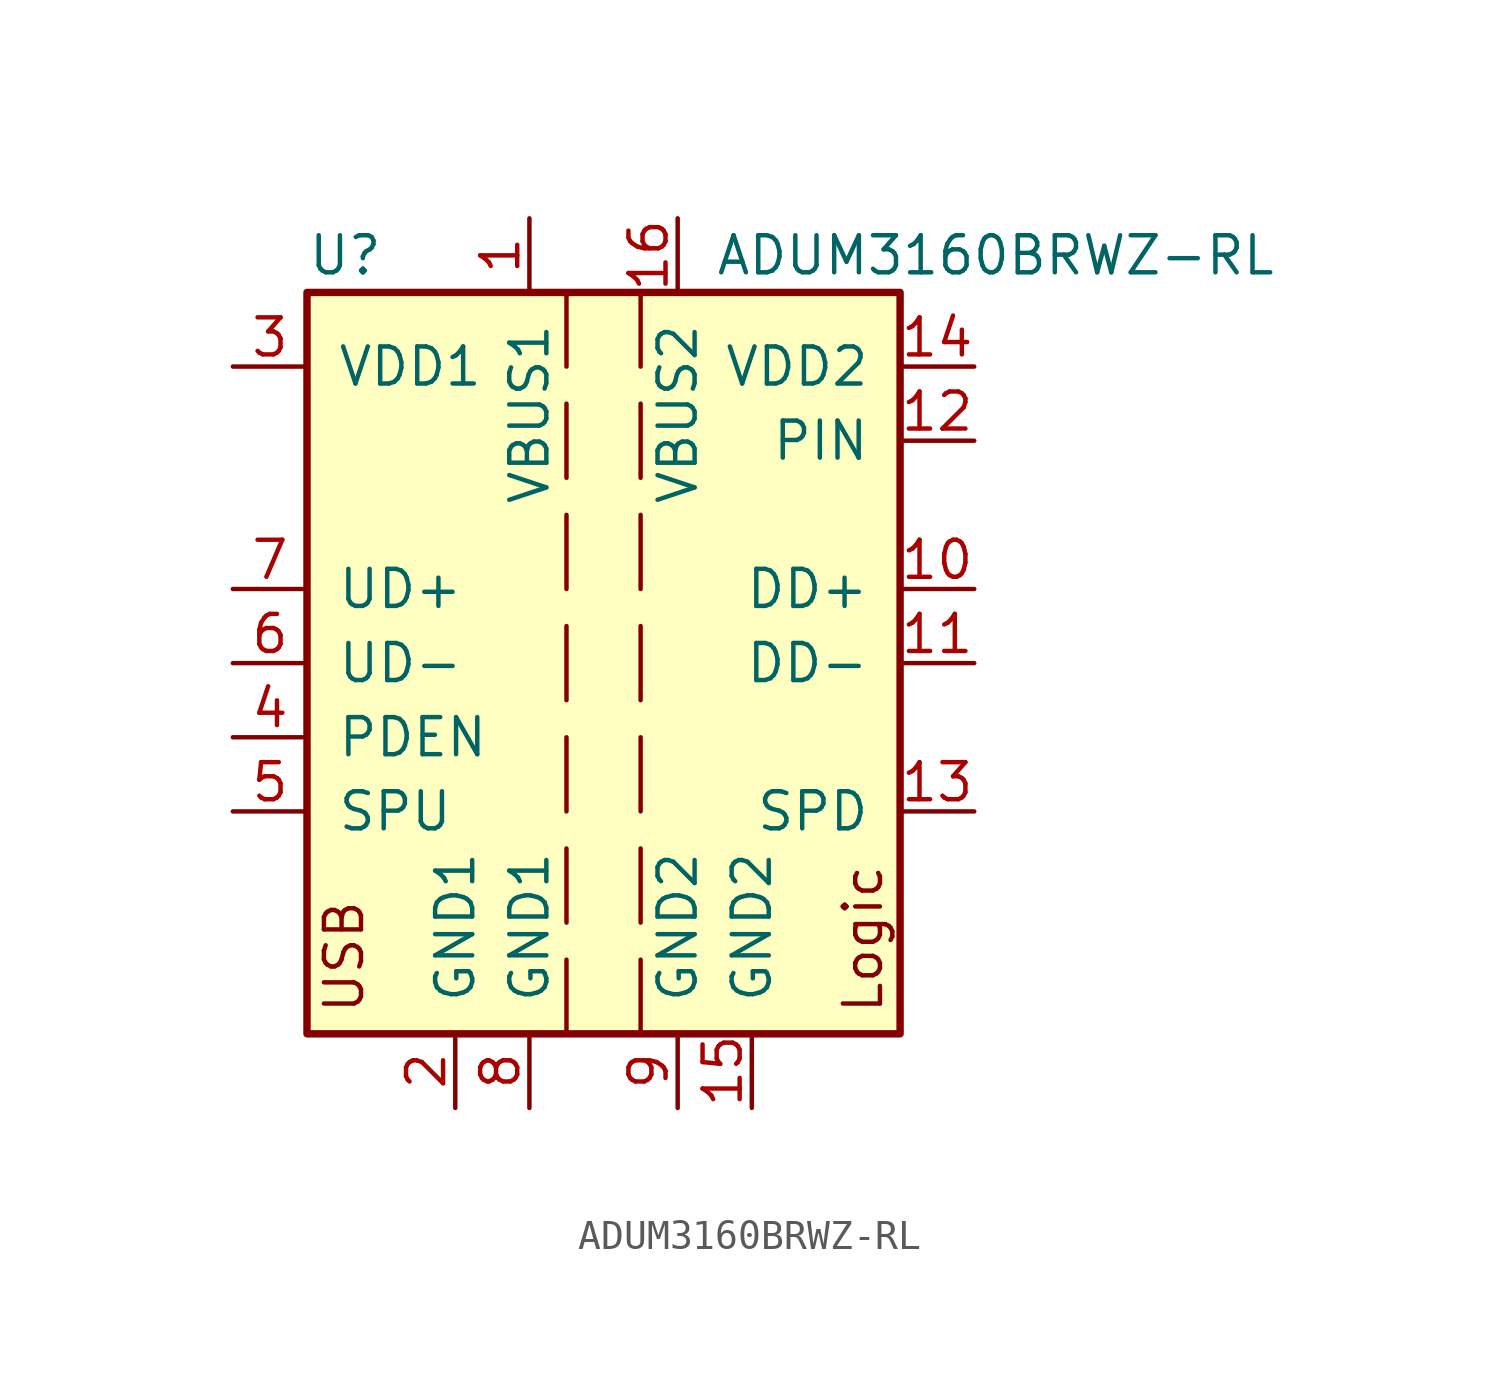
<source format=kicad_sym>
(kicad_symbol_lib
  (version 20241209)
  (generator "kicad_symbol_editor")
  (generator_version "9.0")
  (symbol "ADUM3160BRWZ-RL"
    (pin_names
      (offset 1.016))
    (property "Reference" "U"
      (at -10.16 13.97 0)
      (effects (font (size 1.27 1.27)) (justify left)))
    (property "Value" "ADUM3160BRWZ-RL"
      (at 3.81 13.97 0)
      (effects (font (size 1.27 1.27)) (justify left)))
    (symbol "ADUM3160BRWZ-RL_0_0"
      (text "Logic" (at 8.89 -12.065 900) (effects (font (size 1.27 1.27)) (justify left))))
    (symbol "ADUM3160BRWZ-RL_0_1"
      (rectangle (start -10.16 12.7) (end 10.16 -12.7) (stroke (width 0.254) (type default)) (fill (type background)))
      (polyline (pts (xy -1.27 12.7) (xy -1.27 10.16)) (stroke (width 0) (type default)) (fill (type none)))
      (polyline (pts (xy -1.27 8.89) (xy -1.27 6.35)) (stroke (width 0) (type default)) (fill (type none)))
      (polyline (pts (xy -1.27 5.08) (xy -1.27 2.54)) (stroke (width 0) (type default)) (fill (type none)))
      (polyline (pts (xy -1.27 1.27) (xy -1.27 -1.27)) (stroke (width 0) (type default)) (fill (type none)))
      (polyline (pts (xy -1.27 -2.54) (xy -1.27 -5.08)) (stroke (width 0) (type default)) (fill (type none)))
      (polyline (pts (xy -1.27 -6.35) (xy -1.27 -8.89)) (stroke (width 0) (type default)) (fill (type none)))
      (polyline (pts (xy -1.27 -10.16) (xy -1.27 -12.7)) (stroke (width 0) (type default)) (fill (type none)))
      (polyline (pts (xy 1.27 12.7) (xy 1.27 10.16)) (stroke (width 0) (type default)) (fill (type none)))
      (polyline (pts (xy 1.27 8.89) (xy 1.27 6.35)) (stroke (width 0) (type default)) (fill (type none)))
      (polyline (pts (xy 1.27 5.08) (xy 1.27 2.54)) (stroke (width 0) (type default)) (fill (type none)))
      (polyline (pts (xy 1.27 1.27) (xy 1.27 -1.27)) (stroke (width 0) (type default)) (fill (type none)))
      (polyline (pts (xy 1.27 -2.54) (xy 1.27 -5.08)) (stroke (width 0) (type default)) (fill (type none)))
      (polyline (pts (xy 1.27 -6.35) (xy 1.27 -8.89)) (stroke (width 0) (type default)) (fill (type none)))
      (polyline (pts (xy 1.27 -10.16) (xy 1.27 -12.7)) (stroke (width 0) (type default)) (fill (type none))))
    (symbol "ADUM3160BRWZ-RL_1_0"
      (text "USB" (at -8.89 -12.065 900) (effects (font (size 1.27 1.27)) (justify left))))
    (symbol "ADUM3160BRWZ-RL_1_1"
      (pin power_in line (at -12.7 10.16 0) (length 2.54) (name "VDD1" (effects (font (size 1.27 1.27)))) (number "3" (effects (font (size 1.27 1.27)))))
      (pin bidirectional line (at -12.7 2.54 0) (length 2.54) (name "UD+" (effects (font (size 1.27 1.27)))) (number "7" (effects (font (size 1.27 1.27)))))
      (pin bidirectional line (at -12.7 0 0) (length 2.54) (name "UD-" (effects (font (size 1.27 1.27)))) (number "6" (effects (font (size 1.27 1.27)))))
      (pin input line (at -12.7 -2.54 0) (length 2.54) (name "PDEN" (effects (font (size 1.27 1.27)))) (number "4" (effects (font (size 1.27 1.27)))))
      (pin input line (at -12.7 -5.08 0) (length 2.54) (name "SPU" (effects (font (size 1.27 1.27)))) (number "5" (effects (font (size 1.27 1.27)))))
      (pin power_in line (at -5.08 -15.24 90) (length 2.54) (name "GND1" (effects (font (size 1.27 1.27)))) (number "2" (effects (font (size 1.27 1.27)))))
      (pin power_in line (at -2.54 15.24 270) (length 2.54) (name "VBUS1" (effects (font (size 1.27 1.27)))) (number "1" (effects (font (size 1.27 1.27)))))
      (pin power_in line (at -2.54 -15.24 90) (length 2.54) (name "GND1" (effects (font (size 1.27 1.27)))) (number "8" (effects (font (size 1.27 1.27)))))
      (pin power_in line (at 2.54 15.24 270) (length 2.54) (name "VBUS2" (effects (font (size 1.27 1.27)))) (number "16" (effects (font (size 1.27 1.27)))))
      (pin power_in line (at 2.54 -15.24 90) (length 2.54) (name "GND2" (effects (font (size 1.27 1.27)))) (number "9" (effects (font (size 1.27 1.27)))))
      (pin power_in line (at 5.08 -15.24 90) (length 2.54) (name "GND2" (effects (font (size 1.27 1.27)))) (number "15" (effects (font (size 1.27 1.27)))))
      (pin power_in line (at 12.7 10.16 180) (length 2.54) (name "VDD2" (effects (font (size 1.27 1.27)))) (number "14" (effects (font (size 1.27 1.27)))))
      (pin input line (at 12.7 7.62 180) (length 2.54) (name "PIN" (effects (font (size 1.27 1.27)))) (number "12" (effects (font (size 1.27 1.27)))))
      (pin bidirectional line (at 12.7 2.54 180) (length 2.54) (name "DD+" (effects (font (size 1.27 1.27)))) (number "10" (effects (font (size 1.27 1.27)))))
      (pin bidirectional line (at 12.7 0 180) (length 2.54) (name "DD-" (effects (font (size 1.27 1.27)))) (number "11" (effects (font (size 1.27 1.27)))))
      (pin input line (at 12.7 -5.08 180) (length 2.54) (name "SPD" (effects (font (size 1.27 1.27)))) (number "13" (effects (font (size 1.27 1.27))))))))
</source>
